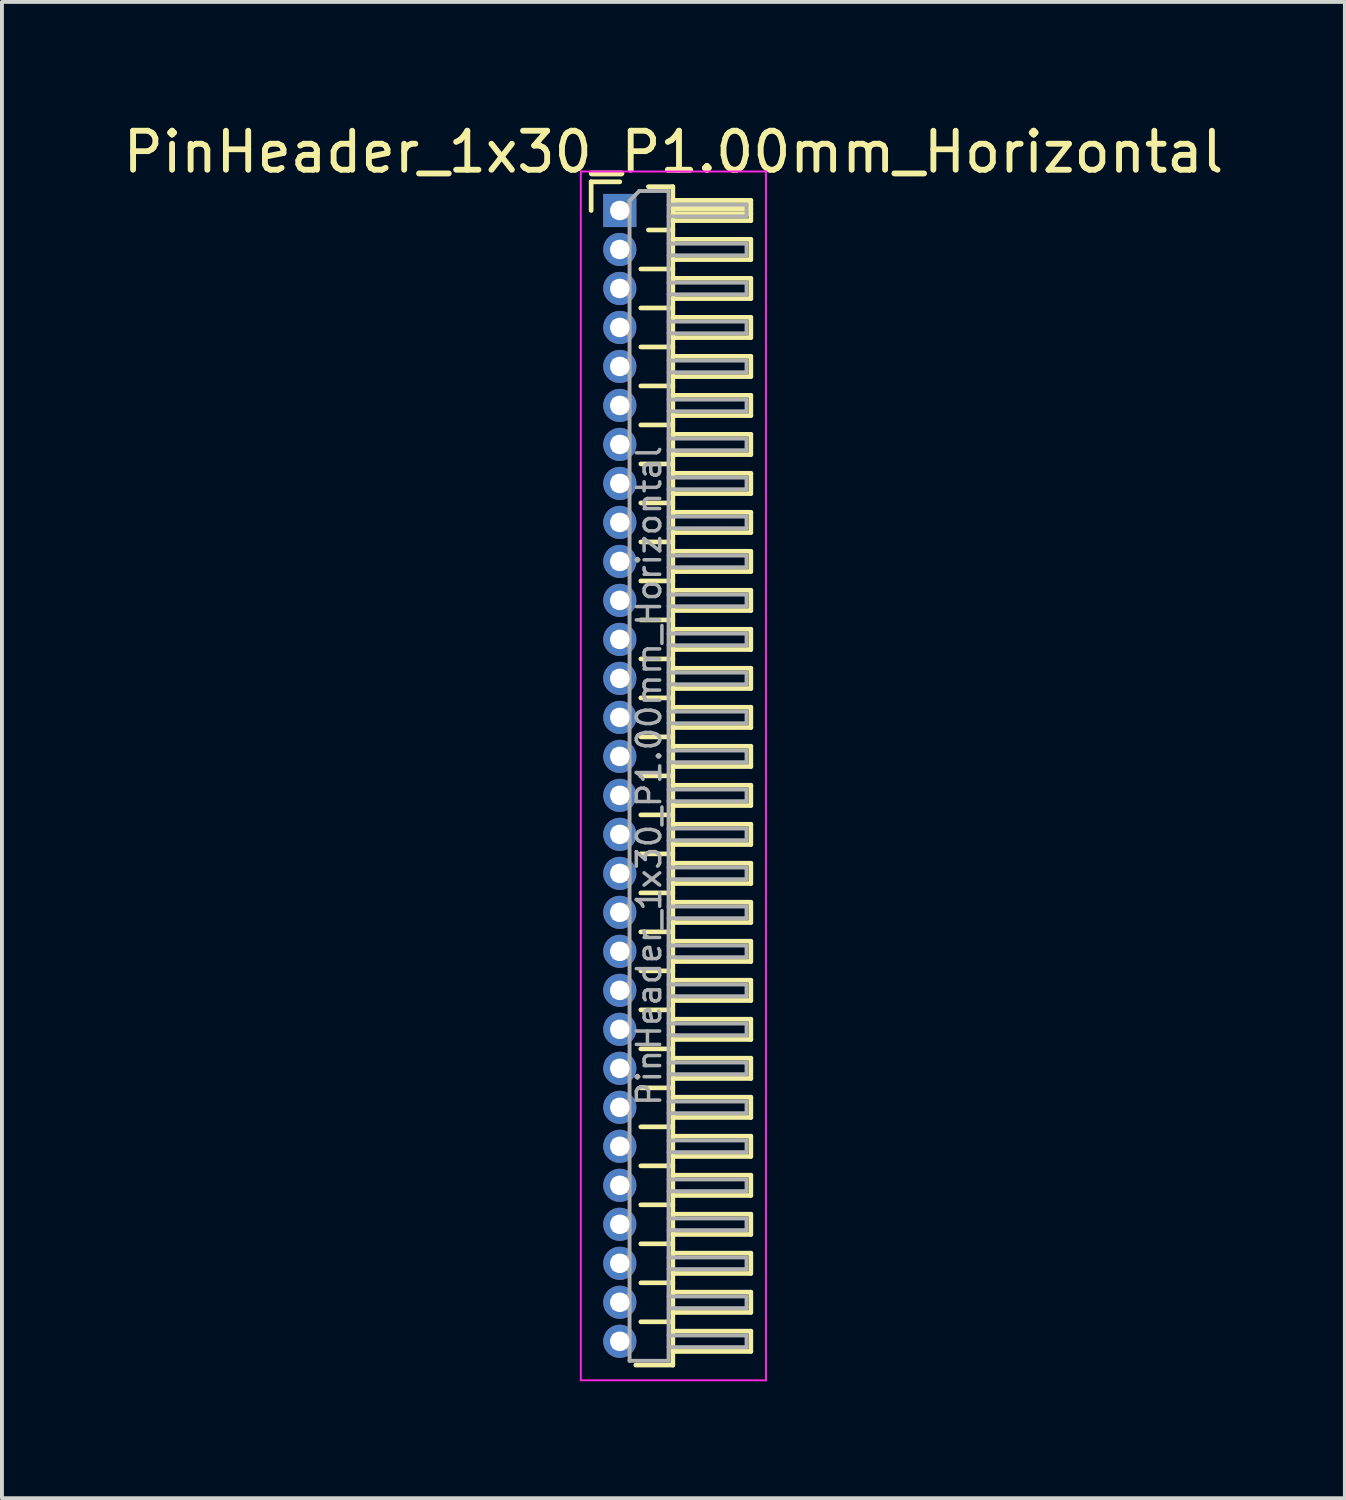
<source format=kicad_pcb>
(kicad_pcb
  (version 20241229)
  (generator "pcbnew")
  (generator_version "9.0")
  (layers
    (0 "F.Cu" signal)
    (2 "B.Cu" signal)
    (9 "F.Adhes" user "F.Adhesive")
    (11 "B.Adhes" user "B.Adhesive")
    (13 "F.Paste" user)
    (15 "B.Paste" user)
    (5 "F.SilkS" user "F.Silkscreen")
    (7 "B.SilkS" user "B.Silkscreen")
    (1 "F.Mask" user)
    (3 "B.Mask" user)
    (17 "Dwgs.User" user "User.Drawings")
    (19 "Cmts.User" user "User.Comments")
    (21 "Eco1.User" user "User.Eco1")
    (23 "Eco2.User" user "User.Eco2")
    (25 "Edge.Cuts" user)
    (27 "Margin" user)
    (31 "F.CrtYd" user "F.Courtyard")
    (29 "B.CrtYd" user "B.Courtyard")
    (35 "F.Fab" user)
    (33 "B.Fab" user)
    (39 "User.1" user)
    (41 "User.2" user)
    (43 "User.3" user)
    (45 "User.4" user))
  (footprint "PinHeader_1x30_P1.00mm_Horizontal"
    (layer "F.Cu")
    (at 12.845 2.348)
    (property "Reference" "PinHeader_1x30_P1.00mm_Horizontal" (at 1.375 -1.5 0) (layer "F.SilkS") (effects (font (size 1 1) (thickness 0.15))))
    (attr through_hole)
    (fp_line (start -0.735 -0.735) (end 0 -0.735) (stroke (width 0.12) (type solid)) (layer "F.SilkS"))
    (fp_line (start -0.735 0) (end -0.735 -0.735) (stroke (width 0.12) (type solid)) (layer "F.SilkS"))
    (fp_line (start 0.539 1.5) (end 1.36 1.5) (stroke (width 0.12) (type solid)) (layer "F.SilkS"))
    (fp_line (start 0.539 2.5) (end 1.36 2.5) (stroke (width 0.12) (type solid)) (layer "F.SilkS"))
    (fp_line (start 0.539 3.5) (end 1.36 3.5) (stroke (width 0.12) (type solid)) (layer "F.SilkS"))
    (fp_line (start 0.539 4.5) (end 1.36 4.5) (stroke (width 0.12) (type solid)) (layer "F.SilkS"))
    (fp_line (start 0.539 5.5) (end 1.36 5.5) (stroke (width 0.12) (type solid)) (layer "F.SilkS"))
    (fp_line (start 0.539 6.5) (end 1.36 6.5) (stroke (width 0.12) (type solid)) (layer "F.SilkS"))
    (fp_line (start 0.539 7.5) (end 1.36 7.5) (stroke (width 0.12) (type solid)) (layer "F.SilkS"))
    (fp_line (start 0.539 8.5) (end 1.36 8.5) (stroke (width 0.12) (type solid)) (layer "F.SilkS"))
    (fp_line (start 0.539 9.5) (end 1.36 9.5) (stroke (width 0.12) (type solid)) (layer "F.SilkS"))
    (fp_line (start 0.539 10.5) (end 1.36 10.5) (stroke (width 0.12) (type solid)) (layer "F.SilkS"))
    (fp_line (start 0.539 11.5) (end 1.36 11.5) (stroke (width 0.12) (type solid)) (layer "F.SilkS"))
    (fp_line (start 0.539 12.5) (end 1.36 12.5) (stroke (width 0.12) (type solid)) (layer "F.SilkS"))
    (fp_line (start 0.539 13.5) (end 1.36 13.5) (stroke (width 0.12) (type solid)) (layer "F.SilkS"))
    (fp_line (start 0.539 14.5) (end 1.36 14.5) (stroke (width 0.12) (type solid)) (layer "F.SilkS"))
    (fp_line (start 0.539 15.5) (end 1.36 15.5) (stroke (width 0.12) (type solid)) (layer "F.SilkS"))
    (fp_line (start 0.539 16.5) (end 1.36 16.5) (stroke (width 0.12) (type solid)) (layer "F.SilkS"))
    (fp_line (start 0.539 17.5) (end 1.36 17.5) (stroke (width 0.12) (type solid)) (layer "F.SilkS"))
    (fp_line (start 0.539 18.5) (end 1.36 18.5) (stroke (width 0.12) (type solid)) (layer "F.SilkS"))
    (fp_line (start 0.539 19.5) (end 1.36 19.5) (stroke (width 0.12) (type solid)) (layer "F.SilkS"))
    (fp_line (start 0.539 20.5) (end 1.36 20.5) (stroke (width 0.12) (type solid)) (layer "F.SilkS"))
    (fp_line (start 0.539 21.5) (end 1.36 21.5) (stroke (width 0.12) (type solid)) (layer "F.SilkS"))
    (fp_line (start 0.539 22.5) (end 1.36 22.5) (stroke (width 0.12) (type solid)) (layer "F.SilkS"))
    (fp_line (start 0.539 23.5) (end 1.36 23.5) (stroke (width 0.12) (type solid)) (layer "F.SilkS"))
    (fp_line (start 0.539 24.5) (end 1.36 24.5) (stroke (width 0.12) (type solid)) (layer "F.SilkS"))
    (fp_line (start 0.539 25.5) (end 1.36 25.5) (stroke (width 0.12) (type solid)) (layer "F.SilkS"))
    (fp_line (start 0.539 26.5) (end 1.36 26.5) (stroke (width 0.12) (type solid)) (layer "F.SilkS"))
    (fp_line (start 0.539 27.5) (end 1.36 27.5) (stroke (width 0.12) (type solid)) (layer "F.SilkS"))
    (fp_line (start 0.539 28.5) (end 1.36 28.5) (stroke (width 0.12) (type solid)) (layer "F.SilkS"))
    (fp_line (start 0.735 -0.61) (end 1.36 -0.61) (stroke (width 0.12) (type solid)) (layer "F.SilkS"))
    (fp_line (start 0.735 0.5) (end 1.36 0.5) (stroke (width 0.12) (type solid)) (layer "F.SilkS"))
    (fp_line (start 1.36 -0.61) (end 1.36 29.61) (stroke (width 0.12) (type solid)) (layer "F.SilkS"))
    (fp_line (start 1.36 -0.26) (end 3.36 -0.26) (stroke (width 0.12) (type solid)) (layer "F.SilkS"))
    (fp_line (start 1.36 -0.15) (end 3.36 -0.15) (stroke (width 0.12) (type solid)) (layer "F.SilkS"))
    (fp_line (start 1.36 -0.03) (end 3.36 -0.03) (stroke (width 0.12) (type solid)) (layer "F.SilkS"))
    (fp_line (start 1.36 0.09) (end 3.36 0.09) (stroke (width 0.12) (type solid)) (layer "F.SilkS"))
    (fp_line (start 1.36 0.74) (end 3.36 0.74) (stroke (width 0.12) (type solid)) (layer "F.SilkS"))
    (fp_line (start 1.36 1.74) (end 3.36 1.74) (stroke (width 0.12) (type solid)) (layer "F.SilkS"))
    (fp_line (start 1.36 2.74) (end 3.36 2.74) (stroke (width 0.12) (type solid)) (layer "F.SilkS"))
    (fp_line (start 1.36 3.74) (end 3.36 3.74) (stroke (width 0.12) (type solid)) (layer "F.SilkS"))
    (fp_line (start 1.36 4.74) (end 3.36 4.74) (stroke (width 0.12) (type solid)) (layer "F.SilkS"))
    (fp_line (start 1.36 5.74) (end 3.36 5.74) (stroke (width 0.12) (type solid)) (layer "F.SilkS"))
    (fp_line (start 1.36 6.74) (end 3.36 6.74) (stroke (width 0.12) (type solid)) (layer "F.SilkS"))
    (fp_line (start 1.36 7.74) (end 3.36 7.74) (stroke (width 0.12) (type solid)) (layer "F.SilkS"))
    (fp_line (start 1.36 8.74) (end 3.36 8.74) (stroke (width 0.12) (type solid)) (layer "F.SilkS"))
    (fp_line (start 1.36 9.74) (end 3.36 9.74) (stroke (width 0.12) (type solid)) (layer "F.SilkS"))
    (fp_line (start 1.36 10.74) (end 3.36 10.74) (stroke (width 0.12) (type solid)) (layer "F.SilkS"))
    (fp_line (start 1.36 11.74) (end 3.36 11.74) (stroke (width 0.12) (type solid)) (layer "F.SilkS"))
    (fp_line (start 1.36 12.74) (end 3.36 12.74) (stroke (width 0.12) (type solid)) (layer "F.SilkS"))
    (fp_line (start 1.36 13.74) (end 3.36 13.74) (stroke (width 0.12) (type solid)) (layer "F.SilkS"))
    (fp_line (start 1.36 14.74) (end 3.36 14.74) (stroke (width 0.12) (type solid)) (layer "F.SilkS"))
    (fp_line (start 1.36 15.74) (end 3.36 15.74) (stroke (width 0.12) (type solid)) (layer "F.SilkS"))
    (fp_line (start 1.36 16.74) (end 3.36 16.74) (stroke (width 0.12) (type solid)) (layer "F.SilkS"))
    (fp_line (start 1.36 17.74) (end 3.36 17.74) (stroke (width 0.12) (type solid)) (layer "F.SilkS"))
    (fp_line (start 1.36 18.74) (end 3.36 18.74) (stroke (width 0.12) (type solid)) (layer "F.SilkS"))
    (fp_line (start 1.36 19.74) (end 3.36 19.74) (stroke (width 0.12) (type solid)) (layer "F.SilkS"))
    (fp_line (start 1.36 20.74) (end 3.36 20.74) (stroke (width 0.12) (type solid)) (layer "F.SilkS"))
    (fp_line (start 1.36 21.74) (end 3.36 21.74) (stroke (width 0.12) (type solid)) (layer "F.SilkS"))
    (fp_line (start 1.36 22.74) (end 3.36 22.74) (stroke (width 0.12) (type solid)) (layer "F.SilkS"))
    (fp_line (start 1.36 23.74) (end 3.36 23.74) (stroke (width 0.12) (type solid)) (layer "F.SilkS"))
    (fp_line (start 1.36 24.74) (end 3.36 24.74) (stroke (width 0.12) (type solid)) (layer "F.SilkS"))
    (fp_line (start 1.36 25.74) (end 3.36 25.74) (stroke (width 0.12) (type solid)) (layer "F.SilkS"))
    (fp_line (start 1.36 26.74) (end 3.36 26.74) (stroke (width 0.12) (type solid)) (layer "F.SilkS"))
    (fp_line (start 1.36 27.74) (end 3.36 27.74) (stroke (width 0.12) (type solid)) (layer "F.SilkS"))
    (fp_line (start 1.36 28.74) (end 3.36 28.74) (stroke (width 0.12) (type solid)) (layer "F.SilkS"))
    (fp_line (start 1.36 29.61) (end 0.41 29.61) (stroke (width 0.12) (type solid)) (layer "F.SilkS"))
    (fp_line (start 3.36 -0.26) (end 3.36 0.26) (stroke (width 0.12) (type solid)) (layer "F.SilkS"))
    (fp_line (start 3.36 0.26) (end 1.36 0.26) (stroke (width 0.12) (type solid)) (layer "F.SilkS"))
    (fp_line (start 3.36 0.74) (end 3.36 1.26) (stroke (width 0.12) (type solid)) (layer "F.SilkS"))
    (fp_line (start 3.36 1.26) (end 1.36 1.26) (stroke (width 0.12) (type solid)) (layer "F.SilkS"))
    (fp_line (start 3.36 1.74) (end 3.36 2.26) (stroke (width 0.12) (type solid)) (layer "F.SilkS"))
    (fp_line (start 3.36 2.26) (end 1.36 2.26) (stroke (width 0.12) (type solid)) (layer "F.SilkS"))
    (fp_line (start 3.36 2.74) (end 3.36 3.26) (stroke (width 0.12) (type solid)) (layer "F.SilkS"))
    (fp_line (start 3.36 3.26) (end 1.36 3.26) (stroke (width 0.12) (type solid)) (layer "F.SilkS"))
    (fp_line (start 3.36 3.74) (end 3.36 4.26) (stroke (width 0.12) (type solid)) (layer "F.SilkS"))
    (fp_line (start 3.36 4.26) (end 1.36 4.26) (stroke (width 0.12) (type solid)) (layer "F.SilkS"))
    (fp_line (start 3.36 4.74) (end 3.36 5.26) (stroke (width 0.12) (type solid)) (layer "F.SilkS"))
    (fp_line (start 3.36 5.26) (end 1.36 5.26) (stroke (width 0.12) (type solid)) (layer "F.SilkS"))
    (fp_line (start 3.36 5.74) (end 3.36 6.26) (stroke (width 0.12) (type solid)) (layer "F.SilkS"))
    (fp_line (start 3.36 6.26) (end 1.36 6.26) (stroke (width 0.12) (type solid)) (layer "F.SilkS"))
    (fp_line (start 3.36 6.74) (end 3.36 7.26) (stroke (width 0.12) (type solid)) (layer "F.SilkS"))
    (fp_line (start 3.36 7.26) (end 1.36 7.26) (stroke (width 0.12) (type solid)) (layer "F.SilkS"))
    (fp_line (start 3.36 7.74) (end 3.36 8.26) (stroke (width 0.12) (type solid)) (layer "F.SilkS"))
    (fp_line (start 3.36 8.26) (end 1.36 8.26) (stroke (width 0.12) (type solid)) (layer "F.SilkS"))
    (fp_line (start 3.36 8.74) (end 3.36 9.26) (stroke (width 0.12) (type solid)) (layer "F.SilkS"))
    (fp_line (start 3.36 9.26) (end 1.36 9.26) (stroke (width 0.12) (type solid)) (layer "F.SilkS"))
    (fp_line (start 3.36 9.74) (end 3.36 10.26) (stroke (width 0.12) (type solid)) (layer "F.SilkS"))
    (fp_line (start 3.36 10.26) (end 1.36 10.26) (stroke (width 0.12) (type solid)) (layer "F.SilkS"))
    (fp_line (start 3.36 10.74) (end 3.36 11.26) (stroke (width 0.12) (type solid)) (layer "F.SilkS"))
    (fp_line (start 3.36 11.26) (end 1.36 11.26) (stroke (width 0.12) (type solid)) (layer "F.SilkS"))
    (fp_line (start 3.36 11.74) (end 3.36 12.26) (stroke (width 0.12) (type solid)) (layer "F.SilkS"))
    (fp_line (start 3.36 12.26) (end 1.36 12.26) (stroke (width 0.12) (type solid)) (layer "F.SilkS"))
    (fp_line (start 3.36 12.74) (end 3.36 13.26) (stroke (width 0.12) (type solid)) (layer "F.SilkS"))
    (fp_line (start 3.36 13.26) (end 1.36 13.26) (stroke (width 0.12) (type solid)) (layer "F.SilkS"))
    (fp_line (start 3.36 13.74) (end 3.36 14.26) (stroke (width 0.12) (type solid)) (layer "F.SilkS"))
    (fp_line (start 3.36 14.26) (end 1.36 14.26) (stroke (width 0.12) (type solid)) (layer "F.SilkS"))
    (fp_line (start 3.36 14.74) (end 3.36 15.26) (stroke (width 0.12) (type solid)) (layer "F.SilkS"))
    (fp_line (start 3.36 15.26) (end 1.36 15.26) (stroke (width 0.12) (type solid)) (layer "F.SilkS"))
    (fp_line (start 3.36 15.74) (end 3.36 16.26) (stroke (width 0.12) (type solid)) (layer "F.SilkS"))
    (fp_line (start 3.36 16.26) (end 1.36 16.26) (stroke (width 0.12) (type solid)) (layer "F.SilkS"))
    (fp_line (start 3.36 16.74) (end 3.36 17.26) (stroke (width 0.12) (type solid)) (layer "F.SilkS"))
    (fp_line (start 3.36 17.26) (end 1.36 17.26) (stroke (width 0.12) (type solid)) (layer "F.SilkS"))
    (fp_line (start 3.36 17.74) (end 3.36 18.26) (stroke (width 0.12) (type solid)) (layer "F.SilkS"))
    (fp_line (start 3.36 18.26) (end 1.36 18.26) (stroke (width 0.12) (type solid)) (layer "F.SilkS"))
    (fp_line (start 3.36 18.74) (end 3.36 19.26) (stroke (width 0.12) (type solid)) (layer "F.SilkS"))
    (fp_line (start 3.36 19.26) (end 1.36 19.26) (stroke (width 0.12) (type solid)) (layer "F.SilkS"))
    (fp_line (start 3.36 19.74) (end 3.36 20.26) (stroke (width 0.12) (type solid)) (layer "F.SilkS"))
    (fp_line (start 3.36 20.26) (end 1.36 20.26) (stroke (width 0.12) (type solid)) (layer "F.SilkS"))
    (fp_line (start 3.36 20.74) (end 3.36 21.26) (stroke (width 0.12) (type solid)) (layer "F.SilkS"))
    (fp_line (start 3.36 21.26) (end 1.36 21.26) (stroke (width 0.12) (type solid)) (layer "F.SilkS"))
    (fp_line (start 3.36 21.74) (end 3.36 22.26) (stroke (width 0.12) (type solid)) (layer "F.SilkS"))
    (fp_line (start 3.36 22.26) (end 1.36 22.26) (stroke (width 0.12) (type solid)) (layer "F.SilkS"))
    (fp_line (start 3.36 22.74) (end 3.36 23.26) (stroke (width 0.12) (type solid)) (layer "F.SilkS"))
    (fp_line (start 3.36 23.26) (end 1.36 23.26) (stroke (width 0.12) (type solid)) (layer "F.SilkS"))
    (fp_line (start 3.36 23.74) (end 3.36 24.26) (stroke (width 0.12) (type solid)) (layer "F.SilkS"))
    (fp_line (start 3.36 24.26) (end 1.36 24.26) (stroke (width 0.12) (type solid)) (layer "F.SilkS"))
    (fp_line (start 3.36 24.74) (end 3.36 25.26) (stroke (width 0.12) (type solid)) (layer "F.SilkS"))
    (fp_line (start 3.36 25.26) (end 1.36 25.26) (stroke (width 0.12) (type solid)) (layer "F.SilkS"))
    (fp_line (start 3.36 25.74) (end 3.36 26.26) (stroke (width 0.12) (type solid)) (layer "F.SilkS"))
    (fp_line (start 3.36 26.26) (end 1.36 26.26) (stroke (width 0.12) (type solid)) (layer "F.SilkS"))
    (fp_line (start 3.36 26.74) (end 3.36 27.26) (stroke (width 0.12) (type solid)) (layer "F.SilkS"))
    (fp_line (start 3.36 27.26) (end 1.36 27.26) (stroke (width 0.12) (type solid)) (layer "F.SilkS"))
    (fp_line (start 3.36 27.74) (end 3.36 28.26) (stroke (width 0.12) (type solid)) (layer "F.SilkS"))
    (fp_line (start 3.36 28.26) (end 1.36 28.26) (stroke (width 0.12) (type solid)) (layer "F.SilkS"))
    (fp_line (start 3.36 28.74) (end 3.36 29.26) (stroke (width 0.12) (type solid)) (layer "F.SilkS"))
    (fp_line (start 3.36 29.26) (end 1.36 29.26) (stroke (width 0.12) (type solid)) (layer "F.SilkS"))
    (fp_line (start -1 -1) (end -1 30) (stroke (width 0.05) (type solid)) (layer "F.CrtYd"))
    (fp_line (start -1 30) (end 3.75 30) (stroke (width 0.05) (type solid)) (layer "F.CrtYd"))
    (fp_line (start 3.75 -1) (end -1 -1) (stroke (width 0.05) (type solid)) (layer "F.CrtYd"))
    (fp_line (start 3.75 30) (end 3.75 -1) (stroke (width 0.05) (type solid)) (layer "F.CrtYd"))
    (fp_line (start -0.15 -0.15) (end -0.15 0.15) (stroke (width 0.1) (type solid)) (layer "F.Fab"))
    (fp_line (start -0.15 -0.15) (end 0.25 -0.15) (stroke (width 0.1) (type solid)) (layer "F.Fab"))
    (fp_line (start -0.15 0.15) (end 0.25 0.15) (stroke (width 0.1) (type solid)) (layer "F.Fab"))
    (fp_line (start -0.15 0.85) (end -0.15 1.15) (stroke (width 0.1) (type solid)) (layer "F.Fab"))
    (fp_line (start -0.15 0.85) (end 0.25 0.85) (stroke (width 0.1) (type solid)) (layer "F.Fab"))
    (fp_line (start -0.15 1.15) (end 0.25 1.15) (stroke (width 0.1) (type solid)) (layer "F.Fab"))
    (fp_line (start -0.15 1.85) (end -0.15 2.15) (stroke (width 0.1) (type solid)) (layer "F.Fab"))
    (fp_line (start -0.15 1.85) (end 0.25 1.85) (stroke (width 0.1) (type solid)) (layer "F.Fab"))
    (fp_line (start -0.15 2.15) (end 0.25 2.15) (stroke (width 0.1) (type solid)) (layer "F.Fab"))
    (fp_line (start -0.15 2.85) (end -0.15 3.15) (stroke (width 0.1) (type solid)) (layer "F.Fab"))
    (fp_line (start -0.15 2.85) (end 0.25 2.85) (stroke (width 0.1) (type solid)) (layer "F.Fab"))
    (fp_line (start -0.15 3.15) (end 0.25 3.15) (stroke (width 0.1) (type solid)) (layer "F.Fab"))
    (fp_line (start -0.15 3.85) (end -0.15 4.15) (stroke (width 0.1) (type solid)) (layer "F.Fab"))
    (fp_line (start -0.15 3.85) (end 0.25 3.85) (stroke (width 0.1) (type solid)) (layer "F.Fab"))
    (fp_line (start -0.15 4.15) (end 0.25 4.15) (stroke (width 0.1) (type solid)) (layer "F.Fab"))
    (fp_line (start -0.15 4.85) (end -0.15 5.15) (stroke (width 0.1) (type solid)) (layer "F.Fab"))
    (fp_line (start -0.15 4.85) (end 0.25 4.85) (stroke (width 0.1) (type solid)) (layer "F.Fab"))
    (fp_line (start -0.15 5.15) (end 0.25 5.15) (stroke (width 0.1) (type solid)) (layer "F.Fab"))
    (fp_line (start -0.15 5.85) (end -0.15 6.15) (stroke (width 0.1) (type solid)) (layer "F.Fab"))
    (fp_line (start -0.15 5.85) (end 0.25 5.85) (stroke (width 0.1) (type solid)) (layer "F.Fab"))
    (fp_line (start -0.15 6.15) (end 0.25 6.15) (stroke (width 0.1) (type solid)) (layer "F.Fab"))
    (fp_line (start -0.15 6.85) (end -0.15 7.15) (stroke (width 0.1) (type solid)) (layer "F.Fab"))
    (fp_line (start -0.15 6.85) (end 0.25 6.85) (stroke (width 0.1) (type solid)) (layer "F.Fab"))
    (fp_line (start -0.15 7.15) (end 0.25 7.15) (stroke (width 0.1) (type solid)) (layer "F.Fab"))
    (fp_line (start -0.15 7.85) (end -0.15 8.15) (stroke (width 0.1) (type solid)) (layer "F.Fab"))
    (fp_line (start -0.15 7.85) (end 0.25 7.85) (stroke (width 0.1) (type solid)) (layer "F.Fab"))
    (fp_line (start -0.15 8.15) (end 0.25 8.15) (stroke (width 0.1) (type solid)) (layer "F.Fab"))
    (fp_line (start -0.15 8.85) (end -0.15 9.15) (stroke (width 0.1) (type solid)) (layer "F.Fab"))
    (fp_line (start -0.15 8.85) (end 0.25 8.85) (stroke (width 0.1) (type solid)) (layer "F.Fab"))
    (fp_line (start -0.15 9.15) (end 0.25 9.15) (stroke (width 0.1) (type solid)) (layer "F.Fab"))
    (fp_line (start -0.15 9.85) (end -0.15 10.15) (stroke (width 0.1) (type solid)) (layer "F.Fab"))
    (fp_line (start -0.15 9.85) (end 0.25 9.85) (stroke (width 0.1) (type solid)) (layer "F.Fab"))
    (fp_line (start -0.15 10.15) (end 0.25 10.15) (stroke (width 0.1) (type solid)) (layer "F.Fab"))
    (fp_line (start -0.15 10.85) (end -0.15 11.15) (stroke (width 0.1) (type solid)) (layer "F.Fab"))
    (fp_line (start -0.15 10.85) (end 0.25 10.85) (stroke (width 0.1) (type solid)) (layer "F.Fab"))
    (fp_line (start -0.15 11.15) (end 0.25 11.15) (stroke (width 0.1) (type solid)) (layer "F.Fab"))
    (fp_line (start -0.15 11.85) (end -0.15 12.15) (stroke (width 0.1) (type solid)) (layer "F.Fab"))
    (fp_line (start -0.15 11.85) (end 0.25 11.85) (stroke (width 0.1) (type solid)) (layer "F.Fab"))
    (fp_line (start -0.15 12.15) (end 0.25 12.15) (stroke (width 0.1) (type solid)) (layer "F.Fab"))
    (fp_line (start -0.15 12.85) (end -0.15 13.15) (stroke (width 0.1) (type solid)) (layer "F.Fab"))
    (fp_line (start -0.15 12.85) (end 0.25 12.85) (stroke (width 0.1) (type solid)) (layer "F.Fab"))
    (fp_line (start -0.15 13.15) (end 0.25 13.15) (stroke (width 0.1) (type solid)) (layer "F.Fab"))
    (fp_line (start -0.15 13.85) (end -0.15 14.15) (stroke (width 0.1) (type solid)) (layer "F.Fab"))
    (fp_line (start -0.15 13.85) (end 0.25 13.85) (stroke (width 0.1) (type solid)) (layer "F.Fab"))
    (fp_line (start -0.15 14.15) (end 0.25 14.15) (stroke (width 0.1) (type solid)) (layer "F.Fab"))
    (fp_line (start -0.15 14.85) (end -0.15 15.15) (stroke (width 0.1) (type solid)) (layer "F.Fab"))
    (fp_line (start -0.15 14.85) (end 0.25 14.85) (stroke (width 0.1) (type solid)) (layer "F.Fab"))
    (fp_line (start -0.15 15.15) (end 0.25 15.15) (stroke (width 0.1) (type solid)) (layer "F.Fab"))
    (fp_line (start -0.15 15.85) (end -0.15 16.15) (stroke (width 0.1) (type solid)) (layer "F.Fab"))
    (fp_line (start -0.15 15.85) (end 0.25 15.85) (stroke (width 0.1) (type solid)) (layer "F.Fab"))
    (fp_line (start -0.15 16.15) (end 0.25 16.15) (stroke (width 0.1) (type solid)) (layer "F.Fab"))
    (fp_line (start -0.15 16.85) (end -0.15 17.15) (stroke (width 0.1) (type solid)) (layer "F.Fab"))
    (fp_line (start -0.15 16.85) (end 0.25 16.85) (stroke (width 0.1) (type solid)) (layer "F.Fab"))
    (fp_line (start -0.15 17.15) (end 0.25 17.15) (stroke (width 0.1) (type solid)) (layer "F.Fab"))
    (fp_line (start -0.15 17.85) (end -0.15 18.15) (stroke (width 0.1) (type solid)) (layer "F.Fab"))
    (fp_line (start -0.15 17.85) (end 0.25 17.85) (stroke (width 0.1) (type solid)) (layer "F.Fab"))
    (fp_line (start -0.15 18.15) (end 0.25 18.15) (stroke (width 0.1) (type solid)) (layer "F.Fab"))
    (fp_line (start -0.15 18.85) (end -0.15 19.15) (stroke (width 0.1) (type solid)) (layer "F.Fab"))
    (fp_line (start -0.15 18.85) (end 0.25 18.85) (stroke (width 0.1) (type solid)) (layer "F.Fab"))
    (fp_line (start -0.15 19.15) (end 0.25 19.15) (stroke (width 0.1) (type solid)) (layer "F.Fab"))
    (fp_line (start -0.15 19.85) (end -0.15 20.15) (stroke (width 0.1) (type solid)) (layer "F.Fab"))
    (fp_line (start -0.15 19.85) (end 0.25 19.85) (stroke (width 0.1) (type solid)) (layer "F.Fab"))
    (fp_line (start -0.15 20.15) (end 0.25 20.15) (stroke (width 0.1) (type solid)) (layer "F.Fab"))
    (fp_line (start -0.15 20.85) (end -0.15 21.15) (stroke (width 0.1) (type solid)) (layer "F.Fab"))
    (fp_line (start -0.15 20.85) (end 0.25 20.85) (stroke (width 0.1) (type solid)) (layer "F.Fab"))
    (fp_line (start -0.15 21.15) (end 0.25 21.15) (stroke (width 0.1) (type solid)) (layer "F.Fab"))
    (fp_line (start -0.15 21.85) (end -0.15 22.15) (stroke (width 0.1) (type solid)) (layer "F.Fab"))
    (fp_line (start -0.15 21.85) (end 0.25 21.85) (stroke (width 0.1) (type solid)) (layer "F.Fab"))
    (fp_line (start -0.15 22.15) (end 0.25 22.15) (stroke (width 0.1) (type solid)) (layer "F.Fab"))
    (fp_line (start -0.15 22.85) (end -0.15 23.15) (stroke (width 0.1) (type solid)) (layer "F.Fab"))
    (fp_line (start -0.15 22.85) (end 0.25 22.85) (stroke (width 0.1) (type solid)) (layer "F.Fab"))
    (fp_line (start -0.15 23.15) (end 0.25 23.15) (stroke (width 0.1) (type solid)) (layer "F.Fab"))
    (fp_line (start -0.15 23.85) (end -0.15 24.15) (stroke (width 0.1) (type solid)) (layer "F.Fab"))
    (fp_line (start -0.15 23.85) (end 0.25 23.85) (stroke (width 0.1) (type solid)) (layer "F.Fab"))
    (fp_line (start -0.15 24.15) (end 0.25 24.15) (stroke (width 0.1) (type solid)) (layer "F.Fab"))
    (fp_line (start -0.15 24.85) (end -0.15 25.15) (stroke (width 0.1) (type solid)) (layer "F.Fab"))
    (fp_line (start -0.15 24.85) (end 0.25 24.85) (stroke (width 0.1) (type solid)) (layer "F.Fab"))
    (fp_line (start -0.15 25.15) (end 0.25 25.15) (stroke (width 0.1) (type solid)) (layer "F.Fab"))
    (fp_line (start -0.15 25.85) (end -0.15 26.15) (stroke (width 0.1) (type solid)) (layer "F.Fab"))
    (fp_line (start -0.15 25.85) (end 0.25 25.85) (stroke (width 0.1) (type solid)) (layer "F.Fab"))
    (fp_line (start -0.15 26.15) (end 0.25 26.15) (stroke (width 0.1) (type solid)) (layer "F.Fab"))
    (fp_line (start -0.15 26.85) (end -0.15 27.15) (stroke (width 0.1) (type solid)) (layer "F.Fab"))
    (fp_line (start -0.15 26.85) (end 0.25 26.85) (stroke (width 0.1) (type solid)) (layer "F.Fab"))
    (fp_line (start -0.15 27.15) (end 0.25 27.15) (stroke (width 0.1) (type solid)) (layer "F.Fab"))
    (fp_line (start -0.15 27.85) (end -0.15 28.15) (stroke (width 0.1) (type solid)) (layer "F.Fab"))
    (fp_line (start -0.15 27.85) (end 0.25 27.85) (stroke (width 0.1) (type solid)) (layer "F.Fab"))
    (fp_line (start -0.15 28.15) (end 0.25 28.15) (stroke (width 0.1) (type solid)) (layer "F.Fab"))
    (fp_line (start -0.15 28.85) (end -0.15 29.15) (stroke (width 0.1) (type solid)) (layer "F.Fab"))
    (fp_line (start -0.15 28.85) (end 0.25 28.85) (stroke (width 0.1) (type solid)) (layer "F.Fab"))
    (fp_line (start -0.15 29.15) (end 0.25 29.15) (stroke (width 0.1) (type solid)) (layer "F.Fab"))
    (fp_line (start 0.25 -0.25) (end 0.5 -0.5) (stroke (width 0.1) (type solid)) (layer "F.Fab"))
    (fp_line (start 0.25 29.5) (end 0.25 -0.25) (stroke (width 0.1) (type solid)) (layer "F.Fab"))
    (fp_line (start 0.5 -0.5) (end 1.25 -0.5) (stroke (width 0.1) (type solid)) (layer "F.Fab"))
    (fp_line (start 1.25 -0.5) (end 1.25 29.5) (stroke (width 0.1) (type solid)) (layer "F.Fab"))
    (fp_line (start 1.25 -0.15) (end 3.25 -0.15) (stroke (width 0.1) (type solid)) (layer "F.Fab"))
    (fp_line (start 1.25 0.15) (end 3.25 0.15) (stroke (width 0.1) (type solid)) (layer "F.Fab"))
    (fp_line (start 1.25 0.85) (end 3.25 0.85) (stroke (width 0.1) (type solid)) (layer "F.Fab"))
    (fp_line (start 1.25 1.15) (end 3.25 1.15) (stroke (width 0.1) (type solid)) (layer "F.Fab"))
    (fp_line (start 1.25 1.85) (end 3.25 1.85) (stroke (width 0.1) (type solid)) (layer "F.Fab"))
    (fp_line (start 1.25 2.15) (end 3.25 2.15) (stroke (width 0.1) (type solid)) (layer "F.Fab"))
    (fp_line (start 1.25 2.85) (end 3.25 2.85) (stroke (width 0.1) (type solid)) (layer "F.Fab"))
    (fp_line (start 1.25 3.15) (end 3.25 3.15) (stroke (width 0.1) (type solid)) (layer "F.Fab"))
    (fp_line (start 1.25 3.85) (end 3.25 3.85) (stroke (width 0.1) (type solid)) (layer "F.Fab"))
    (fp_line (start 1.25 4.15) (end 3.25 4.15) (stroke (width 0.1) (type solid)) (layer "F.Fab"))
    (fp_line (start 1.25 4.85) (end 3.25 4.85) (stroke (width 0.1) (type solid)) (layer "F.Fab"))
    (fp_line (start 1.25 5.15) (end 3.25 5.15) (stroke (width 0.1) (type solid)) (layer "F.Fab"))
    (fp_line (start 1.25 5.85) (end 3.25 5.85) (stroke (width 0.1) (type solid)) (layer "F.Fab"))
    (fp_line (start 1.25 6.15) (end 3.25 6.15) (stroke (width 0.1) (type solid)) (layer "F.Fab"))
    (fp_line (start 1.25 6.85) (end 3.25 6.85) (stroke (width 0.1) (type solid)) (layer "F.Fab"))
    (fp_line (start 1.25 7.15) (end 3.25 7.15) (stroke (width 0.1) (type solid)) (layer "F.Fab"))
    (fp_line (start 1.25 7.85) (end 3.25 7.85) (stroke (width 0.1) (type solid)) (layer "F.Fab"))
    (fp_line (start 1.25 8.15) (end 3.25 8.15) (stroke (width 0.1) (type solid)) (layer "F.Fab"))
    (fp_line (start 1.25 8.85) (end 3.25 8.85) (stroke (width 0.1) (type solid)) (layer "F.Fab"))
    (fp_line (start 1.25 9.15) (end 3.25 9.15) (stroke (width 0.1) (type solid)) (layer "F.Fab"))
    (fp_line (start 1.25 9.85) (end 3.25 9.85) (stroke (width 0.1) (type solid)) (layer "F.Fab"))
    (fp_line (start 1.25 10.15) (end 3.25 10.15) (stroke (width 0.1) (type solid)) (layer "F.Fab"))
    (fp_line (start 1.25 10.85) (end 3.25 10.85) (stroke (width 0.1) (type solid)) (layer "F.Fab"))
    (fp_line (start 1.25 11.15) (end 3.25 11.15) (stroke (width 0.1) (type solid)) (layer "F.Fab"))
    (fp_line (start 1.25 11.85) (end 3.25 11.85) (stroke (width 0.1) (type solid)) (layer "F.Fab"))
    (fp_line (start 1.25 12.15) (end 3.25 12.15) (stroke (width 0.1) (type solid)) (layer "F.Fab"))
    (fp_line (start 1.25 12.85) (end 3.25 12.85) (stroke (width 0.1) (type solid)) (layer "F.Fab"))
    (fp_line (start 1.25 13.15) (end 3.25 13.15) (stroke (width 0.1) (type solid)) (layer "F.Fab"))
    (fp_line (start 1.25 13.85) (end 3.25 13.85) (stroke (width 0.1) (type solid)) (layer "F.Fab"))
    (fp_line (start 1.25 14.15) (end 3.25 14.15) (stroke (width 0.1) (type solid)) (layer "F.Fab"))
    (fp_line (start 1.25 14.85) (end 3.25 14.85) (stroke (width 0.1) (type solid)) (layer "F.Fab"))
    (fp_line (start 1.25 15.15) (end 3.25 15.15) (stroke (width 0.1) (type solid)) (layer "F.Fab"))
    (fp_line (start 1.25 15.85) (end 3.25 15.85) (stroke (width 0.1) (type solid)) (layer "F.Fab"))
    (fp_line (start 1.25 16.15) (end 3.25 16.15) (stroke (width 0.1) (type solid)) (layer "F.Fab"))
    (fp_line (start 1.25 16.85) (end 3.25 16.85) (stroke (width 0.1) (type solid)) (layer "F.Fab"))
    (fp_line (start 1.25 17.15) (end 3.25 17.15) (stroke (width 0.1) (type solid)) (layer "F.Fab"))
    (fp_line (start 1.25 17.85) (end 3.25 17.85) (stroke (width 0.1) (type solid)) (layer "F.Fab"))
    (fp_line (start 1.25 18.15) (end 3.25 18.15) (stroke (width 0.1) (type solid)) (layer "F.Fab"))
    (fp_line (start 1.25 18.85) (end 3.25 18.85) (stroke (width 0.1) (type solid)) (layer "F.Fab"))
    (fp_line (start 1.25 19.15) (end 3.25 19.15) (stroke (width 0.1) (type solid)) (layer "F.Fab"))
    (fp_line (start 1.25 19.85) (end 3.25 19.85) (stroke (width 0.1) (type solid)) (layer "F.Fab"))
    (fp_line (start 1.25 20.15) (end 3.25 20.15) (stroke (width 0.1) (type solid)) (layer "F.Fab"))
    (fp_line (start 1.25 20.85) (end 3.25 20.85) (stroke (width 0.1) (type solid)) (layer "F.Fab"))
    (fp_line (start 1.25 21.15) (end 3.25 21.15) (stroke (width 0.1) (type solid)) (layer "F.Fab"))
    (fp_line (start 1.25 21.85) (end 3.25 21.85) (stroke (width 0.1) (type solid)) (layer "F.Fab"))
    (fp_line (start 1.25 22.15) (end 3.25 22.15) (stroke (width 0.1) (type solid)) (layer "F.Fab"))
    (fp_line (start 1.25 22.85) (end 3.25 22.85) (stroke (width 0.1) (type solid)) (layer "F.Fab"))
    (fp_line (start 1.25 23.15) (end 3.25 23.15) (stroke (width 0.1) (type solid)) (layer "F.Fab"))
    (fp_line (start 1.25 23.85) (end 3.25 23.85) (stroke (width 0.1) (type solid)) (layer "F.Fab"))
    (fp_line (start 1.25 24.15) (end 3.25 24.15) (stroke (width 0.1) (type solid)) (layer "F.Fab"))
    (fp_line (start 1.25 24.85) (end 3.25 24.85) (stroke (width 0.1) (type solid)) (layer "F.Fab"))
    (fp_line (start 1.25 25.15) (end 3.25 25.15) (stroke (width 0.1) (type solid)) (layer "F.Fab"))
    (fp_line (start 1.25 25.85) (end 3.25 25.85) (stroke (width 0.1) (type solid)) (layer "F.Fab"))
    (fp_line (start 1.25 26.15) (end 3.25 26.15) (stroke (width 0.1) (type solid)) (layer "F.Fab"))
    (fp_line (start 1.25 26.85) (end 3.25 26.85) (stroke (width 0.1) (type solid)) (layer "F.Fab"))
    (fp_line (start 1.25 27.15) (end 3.25 27.15) (stroke (width 0.1) (type solid)) (layer "F.Fab"))
    (fp_line (start 1.25 27.85) (end 3.25 27.85) (stroke (width 0.1) (type solid)) (layer "F.Fab"))
    (fp_line (start 1.25 28.15) (end 3.25 28.15) (stroke (width 0.1) (type solid)) (layer "F.Fab"))
    (fp_line (start 1.25 28.85) (end 3.25 28.85) (stroke (width 0.1) (type solid)) (layer "F.Fab"))
    (fp_line (start 1.25 29.15) (end 3.25 29.15) (stroke (width 0.1) (type solid)) (layer "F.Fab"))
    (fp_line (start 1.25 29.5) (end 0.25 29.5) (stroke (width 0.1) (type solid)) (layer "F.Fab"))
    (fp_line (start 3.25 -0.15) (end 3.25 0.15) (stroke (width 0.1) (type solid)) (layer "F.Fab"))
    (fp_line (start 3.25 0.85) (end 3.25 1.15) (stroke (width 0.1) (type solid)) (layer "F.Fab"))
    (fp_line (start 3.25 1.85) (end 3.25 2.15) (stroke (width 0.1) (type solid)) (layer "F.Fab"))
    (fp_line (start 3.25 2.85) (end 3.25 3.15) (stroke (width 0.1) (type solid)) (layer "F.Fab"))
    (fp_line (start 3.25 3.85) (end 3.25 4.15) (stroke (width 0.1) (type solid)) (layer "F.Fab"))
    (fp_line (start 3.25 4.85) (end 3.25 5.15) (stroke (width 0.1) (type solid)) (layer "F.Fab"))
    (fp_line (start 3.25 5.85) (end 3.25 6.15) (stroke (width 0.1) (type solid)) (layer "F.Fab"))
    (fp_line (start 3.25 6.85) (end 3.25 7.15) (stroke (width 0.1) (type solid)) (layer "F.Fab"))
    (fp_line (start 3.25 7.85) (end 3.25 8.15) (stroke (width 0.1) (type solid)) (layer "F.Fab"))
    (fp_line (start 3.25 8.85) (end 3.25 9.15) (stroke (width 0.1) (type solid)) (layer "F.Fab"))
    (fp_line (start 3.25 9.85) (end 3.25 10.15) (stroke (width 0.1) (type solid)) (layer "F.Fab"))
    (fp_line (start 3.25 10.85) (end 3.25 11.15) (stroke (width 0.1) (type solid)) (layer "F.Fab"))
    (fp_line (start 3.25 11.85) (end 3.25 12.15) (stroke (width 0.1) (type solid)) (layer "F.Fab"))
    (fp_line (start 3.25 12.85) (end 3.25 13.15) (stroke (width 0.1) (type solid)) (layer "F.Fab"))
    (fp_line (start 3.25 13.85) (end 3.25 14.15) (stroke (width 0.1) (type solid)) (layer "F.Fab"))
    (fp_line (start 3.25 14.85) (end 3.25 15.15) (stroke (width 0.1) (type solid)) (layer "F.Fab"))
    (fp_line (start 3.25 15.85) (end 3.25 16.15) (stroke (width 0.1) (type solid)) (layer "F.Fab"))
    (fp_line (start 3.25 16.85) (end 3.25 17.15) (stroke (width 0.1) (type solid)) (layer "F.Fab"))
    (fp_line (start 3.25 17.85) (end 3.25 18.15) (stroke (width 0.1) (type solid)) (layer "F.Fab"))
    (fp_line (start 3.25 18.85) (end 3.25 19.15) (stroke (width 0.1) (type solid)) (layer "F.Fab"))
    (fp_line (start 3.25 19.85) (end 3.25 20.15) (stroke (width 0.1) (type solid)) (layer "F.Fab"))
    (fp_line (start 3.25 20.85) (end 3.25 21.15) (stroke (width 0.1) (type solid)) (layer "F.Fab"))
    (fp_line (start 3.25 21.85) (end 3.25 22.15) (stroke (width 0.1) (type solid)) (layer "F.Fab"))
    (fp_line (start 3.25 22.85) (end 3.25 23.15) (stroke (width 0.1) (type solid)) (layer "F.Fab"))
    (fp_line (start 3.25 23.85) (end 3.25 24.15) (stroke (width 0.1) (type solid)) (layer "F.Fab"))
    (fp_line (start 3.25 24.85) (end 3.25 25.15) (stroke (width 0.1) (type solid)) (layer "F.Fab"))
    (fp_line (start 3.25 25.85) (end 3.25 26.15) (stroke (width 0.1) (type solid)) (layer "F.Fab"))
    (fp_line (start 3.25 26.85) (end 3.25 27.15) (stroke (width 0.1) (type solid)) (layer "F.Fab"))
    (fp_line (start 3.25 27.85) (end 3.25 28.15) (stroke (width 0.1) (type solid)) (layer "F.Fab"))
    (fp_line (start 3.25 28.85) (end 3.25 29.15) (stroke (width 0.1) (type solid)) (layer "F.Fab"))
    (fp_text user "${REFERENCE}" (at 0.75 14.5 90) (layer "F.Fab") (effects (font (size 0.6 0.6) (thickness 0.09))))
    (pad "1" thru_hole rect (at 0 0) (size 0.85 0.85) (drill 0.5) (layers "*.Cu" "*.Mask"))
    (pad "2" thru_hole circle (at 0 1) (size 0.85 0.85) (drill 0.5) (layers "*.Cu" "*.Mask"))
    (pad "3" thru_hole circle (at 0 2) (size 0.85 0.85) (drill 0.5) (layers "*.Cu" "*.Mask"))
    (pad "4" thru_hole circle (at 0 3) (size 0.85 0.85) (drill 0.5) (layers "*.Cu" "*.Mask"))
    (pad "5" thru_hole circle (at 0 4) (size 0.85 0.85) (drill 0.5) (layers "*.Cu" "*.Mask"))
    (pad "6" thru_hole circle (at 0 5) (size 0.85 0.85) (drill 0.5) (layers "*.Cu" "*.Mask"))
    (pad "7" thru_hole circle (at 0 6) (size 0.85 0.85) (drill 0.5) (layers "*.Cu" "*.Mask"))
    (pad "8" thru_hole circle (at 0 7) (size 0.85 0.85) (drill 0.5) (layers "*.Cu" "*.Mask"))
    (pad "9" thru_hole circle (at 0 8) (size 0.85 0.85) (drill 0.5) (layers "*.Cu" "*.Mask"))
    (pad "10" thru_hole circle (at 0 9) (size 0.85 0.85) (drill 0.5) (layers "*.Cu" "*.Mask"))
    (pad "11" thru_hole circle (at 0 10) (size 0.85 0.85) (drill 0.5) (layers "*.Cu" "*.Mask"))
    (pad "12" thru_hole circle (at 0 11) (size 0.85 0.85) (drill 0.5) (layers "*.Cu" "*.Mask"))
    (pad "13" thru_hole circle (at 0 12) (size 0.85 0.85) (drill 0.5) (layers "*.Cu" "*.Mask"))
    (pad "14" thru_hole circle (at 0 13) (size 0.85 0.85) (drill 0.5) (layers "*.Cu" "*.Mask"))
    (pad "15" thru_hole circle (at 0 14) (size 0.85 0.85) (drill 0.5) (layers "*.Cu" "*.Mask"))
    (pad "16" thru_hole circle (at 0 15) (size 0.85 0.85) (drill 0.5) (layers "*.Cu" "*.Mask"))
    (pad "17" thru_hole circle (at 0 16) (size 0.85 0.85) (drill 0.5) (layers "*.Cu" "*.Mask"))
    (pad "18" thru_hole circle (at 0 17) (size 0.85 0.85) (drill 0.5) (layers "*.Cu" "*.Mask"))
    (pad "19" thru_hole circle (at 0 18) (size 0.85 0.85) (drill 0.5) (layers "*.Cu" "*.Mask"))
    (pad "20" thru_hole circle (at 0 19) (size 0.85 0.85) (drill 0.5) (layers "*.Cu" "*.Mask"))
    (pad "21" thru_hole circle (at 0 20) (size 0.85 0.85) (drill 0.5) (layers "*.Cu" "*.Mask"))
    (pad "22" thru_hole circle (at 0 21) (size 0.85 0.85) (drill 0.5) (layers "*.Cu" "*.Mask"))
    (pad "23" thru_hole circle (at 0 22) (size 0.85 0.85) (drill 0.5) (layers "*.Cu" "*.Mask"))
    (pad "24" thru_hole circle (at 0 23) (size 0.85 0.85) (drill 0.5) (layers "*.Cu" "*.Mask"))
    (pad "25" thru_hole circle (at 0 24) (size 0.85 0.85) (drill 0.5) (layers "*.Cu" "*.Mask"))
    (pad "26" thru_hole circle (at 0 25) (size 0.85 0.85) (drill 0.5) (layers "*.Cu" "*.Mask"))
    (pad "27" thru_hole circle (at 0 26) (size 0.85 0.85) (drill 0.5) (layers "*.Cu" "*.Mask"))
    (pad "28" thru_hole circle (at 0 27) (size 0.85 0.85) (drill 0.5) (layers "*.Cu" "*.Mask"))
    (pad "29" thru_hole circle (at 0 28) (size 0.85 0.85) (drill 0.5) (layers "*.Cu" "*.Mask"))
    (pad "30" thru_hole circle (at 0 29) (size 0.85 0.85) (drill 0.5) (layers "*.Cu" "*.Mask")))
  (gr_rect
    (start -3 -3)
    (end 31.44 35.373)
    (stroke (width 0.1) (type default))
    (fill no)
    (layer "Edge.Cuts")))
</source>
